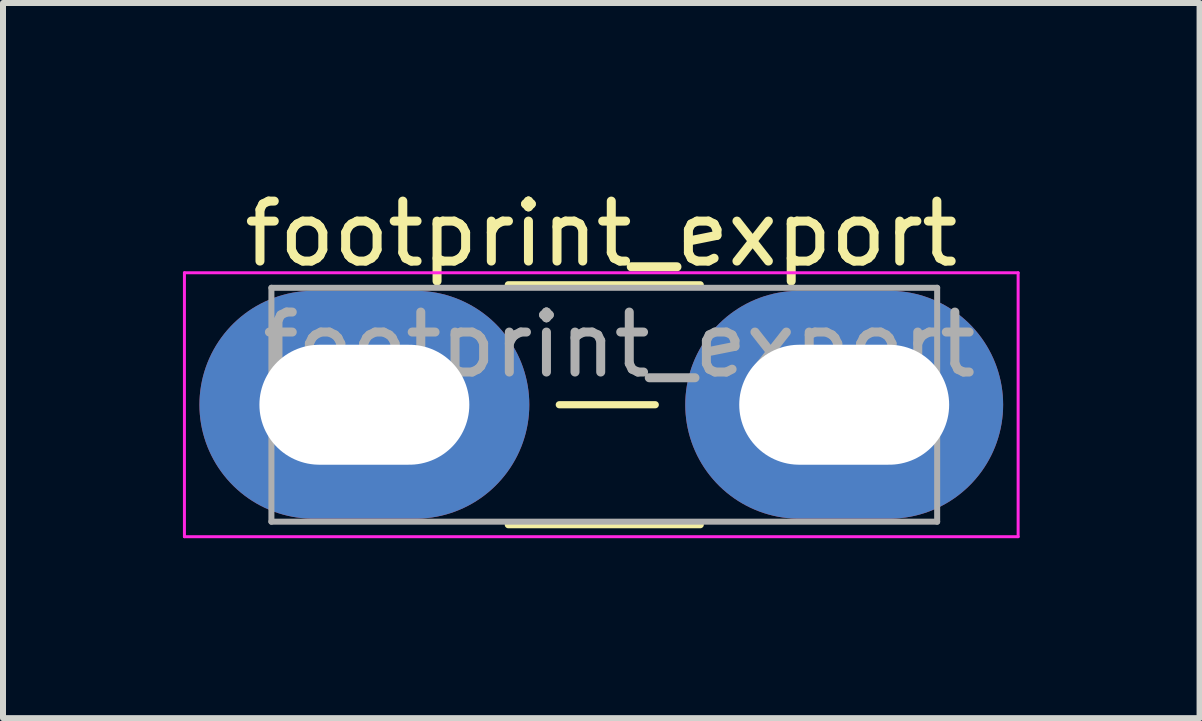
<source format=kicad_pcb>
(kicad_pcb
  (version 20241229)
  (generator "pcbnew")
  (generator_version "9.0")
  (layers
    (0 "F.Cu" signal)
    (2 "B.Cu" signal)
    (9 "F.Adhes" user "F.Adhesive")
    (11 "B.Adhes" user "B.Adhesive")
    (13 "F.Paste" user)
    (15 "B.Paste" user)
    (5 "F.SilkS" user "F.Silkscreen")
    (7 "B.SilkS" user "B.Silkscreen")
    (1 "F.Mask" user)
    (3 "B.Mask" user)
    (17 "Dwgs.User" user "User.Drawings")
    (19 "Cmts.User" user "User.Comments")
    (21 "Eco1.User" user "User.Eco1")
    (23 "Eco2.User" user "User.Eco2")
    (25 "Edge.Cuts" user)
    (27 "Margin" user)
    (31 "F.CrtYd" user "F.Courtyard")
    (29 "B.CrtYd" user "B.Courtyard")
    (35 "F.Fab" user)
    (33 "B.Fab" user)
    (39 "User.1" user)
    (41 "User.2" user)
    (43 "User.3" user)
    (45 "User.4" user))
  (footprint "footprint_export"
    (layer "F.Cu")
    (at 3.025 3.698)
    (property "Reference" "footprint_export" (at 3.95 -2.85 0) (layer "F.SilkS") (effects (font (size 1 1) (thickness 0.15))))
    (attr through_hole)
    (fp_line (start 2.4 -2) (end 5.6 -2) (stroke (width 0.12) (type solid)) (layer "F.SilkS"))
    (fp_line (start 3.25 0) (end 4.85 0) (stroke (width 0.12) (type solid)) (layer "F.SilkS"))
    (fp_line (start 5.6 2) (end 2.4 2) (stroke (width 0.12) (type solid)) (layer "F.SilkS"))
    (fp_line (start -3 -2.2) (end -3 2.2) (stroke (width 0.05) (type solid)) (layer "F.CrtYd"))
    (fp_line (start -3 -2.2) (end 10.9 -2.2) (stroke (width 0.05) (type solid)) (layer "F.CrtYd"))
    (fp_line (start 10.9 2.2) (end -3 2.2) (stroke (width 0.05) (type solid)) (layer "F.CrtYd"))
    (fp_line (start 10.9 2.2) (end 10.9 -2.2) (stroke (width 0.05) (type solid)) (layer "F.CrtYd"))
    (fp_line (start -1.55 -1.95) (end 9.55 -1.95) (stroke (width 0.1) (type solid)) (layer "F.Fab"))
    (fp_line (start -1.55 1.95) (end -1.55 -1.95) (stroke (width 0.1) (type solid)) (layer "F.Fab"))
    (fp_line (start 9.55 -1.95) (end 9.55 1.95) (stroke (width 0.1) (type solid)) (layer "F.Fab"))
    (fp_line (start 9.55 1.95) (end -1.55 1.95) (stroke (width 0.1) (type solid)) (layer "F.Fab"))
    (fp_text user "${REFERENCE}" (at 4.25 -1 0) (layer "F.Fab") (effects (font (size 1 1) (thickness 0.15))))
    (pad "1" thru_hole oval (at 0 0) (size 5.5 3.8) (drill oval 3.5 2) (layers "*.Cu" "*.Mask"))
    (pad "2" thru_hole oval (at 8 0) (size 5.3 3.8) (drill oval 3.5 2) (layers "*.Cu" "*.Mask")))
  (gr_rect
    (start -3 -3)
    (end 16.95 8.923)
    (stroke (width 0.1) (type default))
    (fill no)
    (layer "Edge.Cuts")))
</source>
